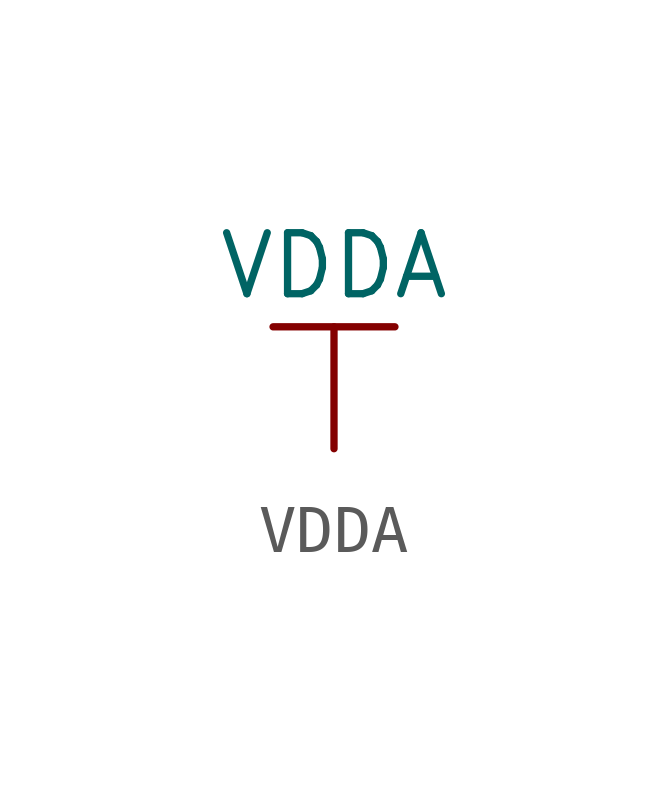
<source format=kicad_sym>
(kicad_symbol_lib
  (version 20220914)
  (generator kicad_symbol_editor)
  (symbol "VDDA"
    (power)
    (pin_names
      (offset 0))
    (property "Reference" "#PWR"
      (at 0 -3.81 0)
      (effects (font (size 1.27 1.27)) hide))
    (property "Value" "VDDA"
      (at 0 3.81 0)
      (effects (font (size 1.27 1.27))))
    (symbol "VDDA_1_1"
      (polyline (pts (xy -1.27 2.54) (xy 1.27 2.54)) (stroke (width 0) (type solid)) (fill (type none)))
      (polyline (pts (xy 0 0) (xy 0 2.54)) (stroke (width 0) (type solid)) (fill (type none)))
      (pin power_in line (at 0 0 90) (length 0) hide (name "VDDA" (effects (font (size 1.27 1.27)))) (number "1" (effects (font (size 1.27 1.27))))))))
</source>
